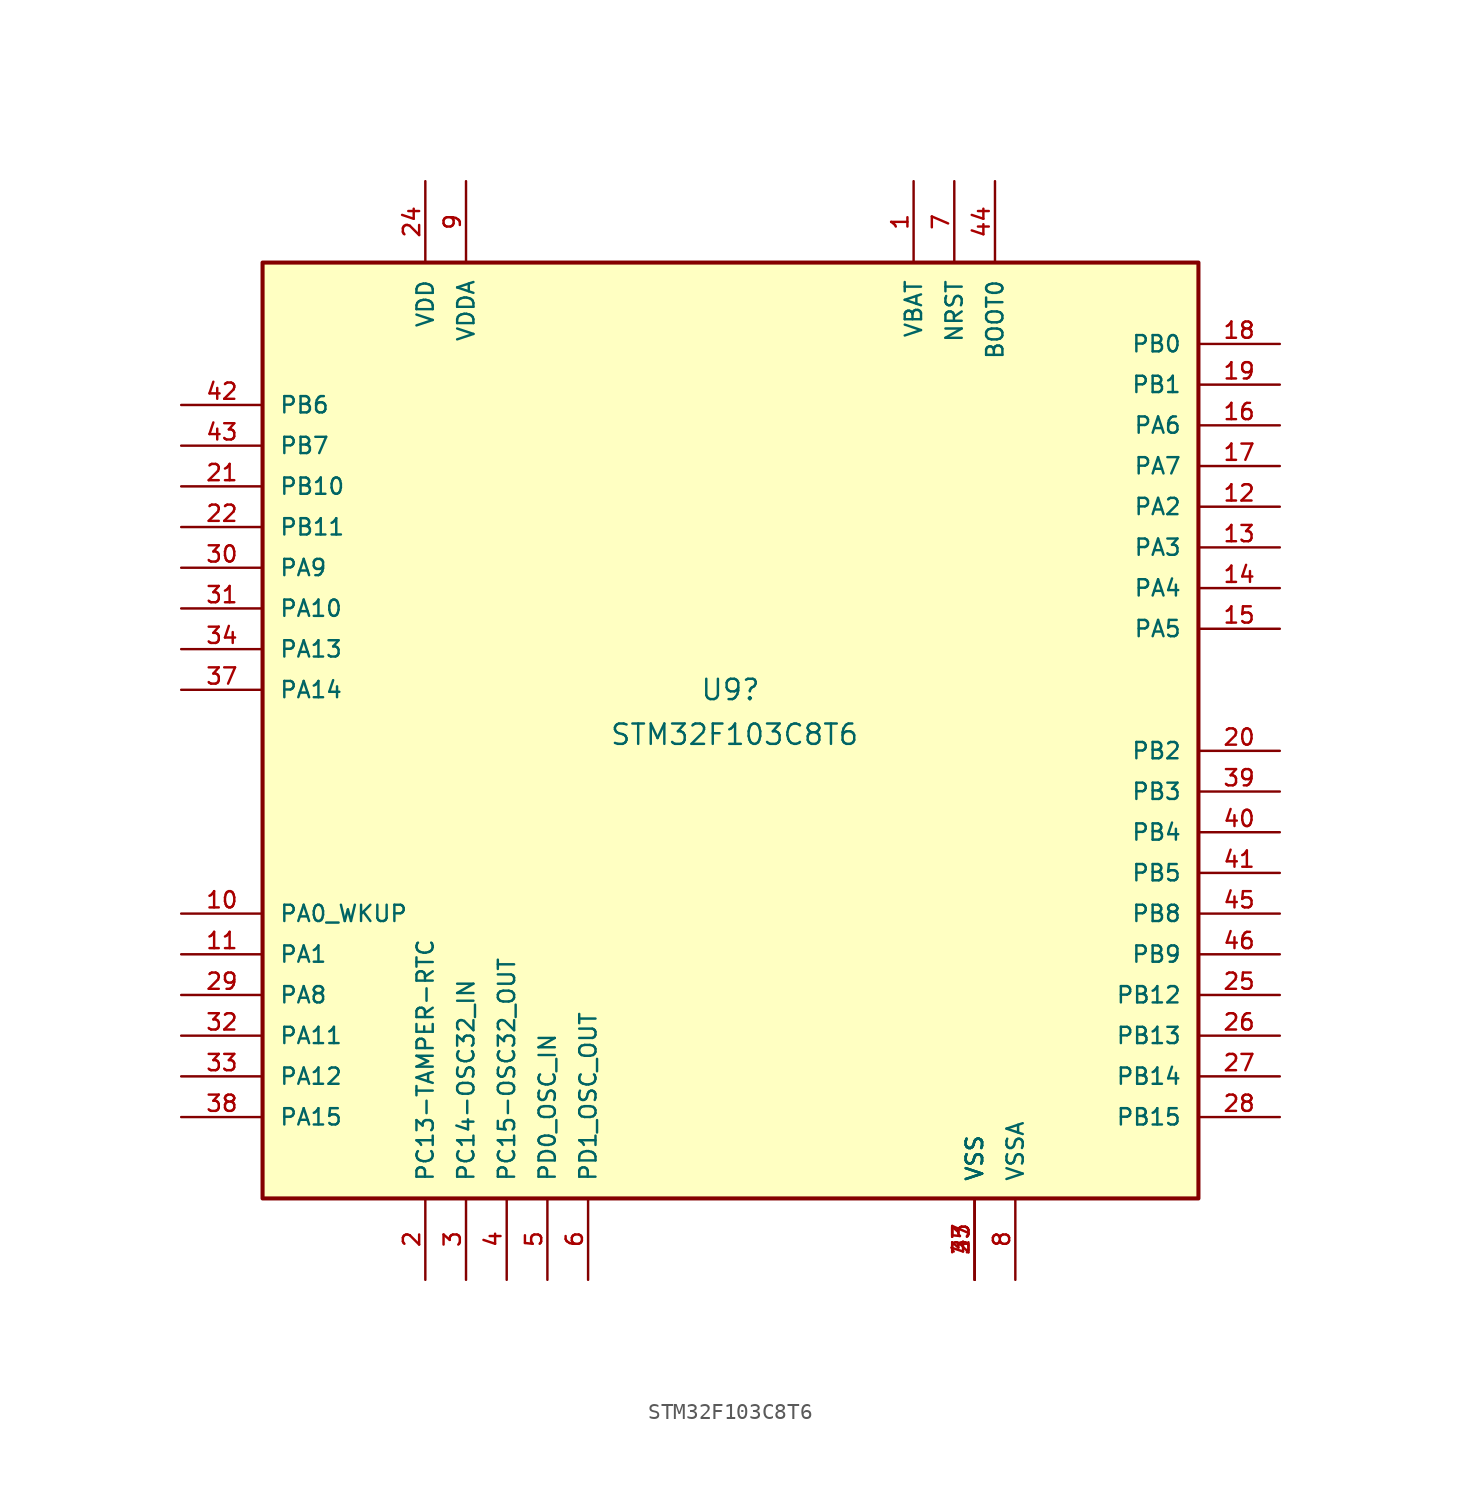
<source format=kicad_sym>
(kicad_symbol_lib
  (version 20241209)
  (generator "kicad_symbol_editor")
  (generator_version "9.0")
  (symbol "STM32F103C8T6"
    (pin_names
      (offset 1.016))
    (property "Reference" "U9"
      (at 0 2.54 0)
      (effects (font (size 1.27 1.27))))
    (property "Value" "STM32F103C8T6"
      (at 0.254 -0.254 0)
      (effects (font (size 1.27 1.27))))
    (property "SNAPEDA_PN" ""
      (at 0 0 0)
      (effects (font (size 1.27 1.27))))
    (symbol "STM32F103C8T6_0_0"
      (rectangle (start -29.21 29.21) (end 29.21 -29.21) (stroke (width 0.254) (type default)) (fill (type background)))
      (pin bidirectional line (at -34.29 20.32 0) (length 5.08) (name "PB6" (effects (font (size 1.016 1.016)))) (number "42" (effects (font (size 1.016 1.016)))))
      (pin bidirectional line (at -34.29 17.78 0) (length 5.08) (name "PB7" (effects (font (size 1.016 1.016)))) (number "43" (effects (font (size 1.016 1.016)))))
      (pin bidirectional line (at -34.29 15.24 0) (length 5.08) (name "PB10" (effects (font (size 1.016 1.016)))) (number "21" (effects (font (size 1.016 1.016)))))
      (pin bidirectional line (at -34.29 12.7 0) (length 5.08) (name "PB11" (effects (font (size 1.016 1.016)))) (number "22" (effects (font (size 1.016 1.016)))))
      (pin bidirectional line (at -34.29 10.16 0) (length 5.08) (name "PA9" (effects (font (size 1.016 1.016)))) (number "30" (effects (font (size 1.016 1.016)))))
      (pin bidirectional line (at -34.29 7.62 0) (length 5.08) (name "PA10" (effects (font (size 1.016 1.016)))) (number "31" (effects (font (size 1.016 1.016)))))
      (pin bidirectional line (at -34.29 5.08 0) (length 5.08) (name "PA13" (effects (font (size 1.016 1.016)))) (number "34" (effects (font (size 1.016 1.016)))))
      (pin bidirectional line (at -34.29 2.54 0) (length 5.08) (name "PA14" (effects (font (size 1.016 1.016)))) (number "37" (effects (font (size 1.016 1.016)))))
      (pin bidirectional line (at -34.29 -11.43 0) (length 5.08) (name "PA0_WKUP" (effects (font (size 1.016 1.016)))) (number "10" (effects (font (size 1.016 1.016)))))
      (pin power_in line (at -19.05 34.29 270) (length 5.08) (name "VDD" (effects (font (size 1.016 1.016)))) (number "24" (effects (font (size 1.016 1.016)))))
      (pin bidirectional line (at -19.05 -34.29 90) (length 5.08) (name "PC13-TAMPER-RTC" (effects (font (size 1.016 1.016)))) (number "2" (effects (font (size 1.016 1.016)))))
      (pin power_in line (at -16.51 34.29 270) (length 5.08) (name "VDDA" (effects (font (size 1.016 1.016)))) (number "9" (effects (font (size 1.016 1.016)))))
      (pin bidirectional line (at -16.51 -34.29 90) (length 5.08) (name "PC14-OSC32_IN" (effects (font (size 1.016 1.016)))) (number "3" (effects (font (size 1.016 1.016)))))
      (pin bidirectional line (at -13.97 -34.29 90) (length 5.08) (name "PC15-OSC32_OUT" (effects (font (size 1.016 1.016)))) (number "4" (effects (font (size 1.016 1.016)))))
      (pin bidirectional line (at -11.43 -34.29 90) (length 5.08) (name "PD0_OSC_IN" (effects (font (size 1.016 1.016)))) (number "5" (effects (font (size 1.016 1.016)))))
      (pin bidirectional line (at -8.89 -34.29 90) (length 5.08) (name "PD1_OSC_OUT" (effects (font (size 1.016 1.016)))) (number "6" (effects (font (size 1.016 1.016)))))
      (pin bidirectional line (at 11.43 34.29 270) (length 5.08) (name "VBAT" (effects (font (size 1.016 1.016)))) (number "1" (effects (font (size 1.016 1.016)))))
      (pin input line (at 13.97 34.29 270) (length 5.08) (name "NRST" (effects (font (size 1.016 1.016)))) (number "7" (effects (font (size 1.016 1.016)))))
      (pin power_in line (at 15.24 -34.29 90) (length 5.08) (name "VSS" (effects (font (size 1.016 1.016)))) (number "23" (effects (font (size 1.016 1.016)))))
      (pin power_in line (at 15.24 -34.29 90) (length 5.08) (name "VSS" (effects (font (size 1.016 1.016)))) (number "35" (effects (font (size 1.016 1.016)))))
      (pin power_in line (at 15.24 -34.29 90) (length 5.08) (name "VSS" (effects (font (size 1.016 1.016)))) (number "47" (effects (font (size 1.016 1.016)))))
      (pin input line (at 16.51 34.29 270) (length 5.08) (name "BOOT0" (effects (font (size 1.016 1.016)))) (number "44" (effects (font (size 1.016 1.016)))))
      (pin power_in line (at 17.78 -34.29 90) (length 5.08) (name "VSSA" (effects (font (size 1.016 1.016)))) (number "8" (effects (font (size 1.016 1.016)))))
      (pin bidirectional line (at 34.29 24.13 180) (length 5.08) (name "PB0" (effects (font (size 1.016 1.016)))) (number "18" (effects (font (size 1.016 1.016)))))
      (pin bidirectional line (at 34.29 21.59 180) (length 5.08) (name "PB1" (effects (font (size 1.016 1.016)))) (number "19" (effects (font (size 1.016 1.016)))))
      (pin bidirectional line (at 34.29 19.05 180) (length 5.08) (name "PA6" (effects (font (size 1.016 1.016)))) (number "16" (effects (font (size 1.016 1.016)))))
      (pin bidirectional line (at 34.29 16.51 180) (length 5.08) (name "PA7" (effects (font (size 1.016 1.016)))) (number "17" (effects (font (size 1.016 1.016)))))
      (pin bidirectional line (at 34.29 13.97 180) (length 5.08) (name "PA2" (effects (font (size 1.016 1.016)))) (number "12" (effects (font (size 1.016 1.016)))))
      (pin bidirectional line (at 34.29 11.43 180) (length 5.08) (name "PA3" (effects (font (size 1.016 1.016)))) (number "13" (effects (font (size 1.016 1.016)))))
      (pin bidirectional line (at 34.29 8.89 180) (length 5.08) (name "PA4" (effects (font (size 1.016 1.016)))) (number "14" (effects (font (size 1.016 1.016)))))
      (pin bidirectional line (at 34.29 6.35 180) (length 5.08) (name "PA5" (effects (font (size 1.016 1.016)))) (number "15" (effects (font (size 1.016 1.016))))))
    (symbol "STM32F103C8T6_1_0"
      (pin bidirectional line (at -34.29 -13.97 0) (length 5.08) (name "PA1" (effects (font (size 1.016 1.016)))) (number "11" (effects (font (size 1.016 1.016)))))
      (pin bidirectional line (at -34.29 -16.51 0) (length 5.08) (name "PA8" (effects (font (size 1.016 1.016)))) (number "29" (effects (font (size 1.016 1.016)))))
      (pin bidirectional line (at -34.29 -19.05 0) (length 5.08) (name "PA11" (effects (font (size 1.016 1.016)))) (number "32" (effects (font (size 1.016 1.016)))))
      (pin bidirectional line (at -34.29 -21.59 0) (length 5.08) (name "PA12" (effects (font (size 1.016 1.016)))) (number "33" (effects (font (size 1.016 1.016)))))
      (pin bidirectional line (at -34.29 -24.13 0) (length 5.08) (name "PA15" (effects (font (size 1.016 1.016)))) (number "38" (effects (font (size 1.016 1.016)))))
      (pin power_in line (at -19.05 34.29 270) (length 5.08) (hide yes) (name "VDD" (effects (font (size 1.016 1.016)))) (number "48" (effects (font (size 1.016 1.016)))))
      (pin bidirectional line (at 34.29 -1.27 180) (length 5.08) (name "PB2" (effects (font (size 1.016 1.016)))) (number "20" (effects (font (size 1.016 1.016)))))
      (pin bidirectional line (at 34.29 -3.81 180) (length 5.08) (name "PB3" (effects (font (size 1.016 1.016)))) (number "39" (effects (font (size 1.016 1.016)))))
      (pin bidirectional line (at 34.29 -6.35 180) (length 5.08) (name "PB4" (effects (font (size 1.016 1.016)))) (number "40" (effects (font (size 1.016 1.016)))))
      (pin bidirectional line (at 34.29 -8.89 180) (length 5.08) (name "PB5" (effects (font (size 1.016 1.016)))) (number "41" (effects (font (size 1.016 1.016)))))
      (pin bidirectional line (at 34.29 -11.43 180) (length 5.08) (name "PB8" (effects (font (size 1.016 1.016)))) (number "45" (effects (font (size 1.016 1.016)))))
      (pin bidirectional line (at 34.29 -13.97 180) (length 5.08) (name "PB9" (effects (font (size 1.016 1.016)))) (number "46" (effects (font (size 1.016 1.016)))))
      (pin bidirectional line (at 34.29 -16.51 180) (length 5.08) (name "PB12" (effects (font (size 1.016 1.016)))) (number "25" (effects (font (size 1.016 1.016)))))
      (pin bidirectional line (at 34.29 -19.05 180) (length 5.08) (name "PB13" (effects (font (size 1.016 1.016)))) (number "26" (effects (font (size 1.016 1.016)))))
      (pin bidirectional line (at 34.29 -21.59 180) (length 5.08) (name "PB14" (effects (font (size 1.016 1.016)))) (number "27" (effects (font (size 1.016 1.016)))))
      (pin bidirectional line (at 34.29 -24.13 180) (length 5.08) (name "PB15" (effects (font (size 1.016 1.016)))) (number "28" (effects (font (size 1.016 1.016))))))
    (symbol "STM32F103C8T6_1_1"
      (pin power_in line (at -19.05 34.29 270) (length 5.08) (hide yes) (name "VDD" (effects (font (size 1.016 1.016)))) (number "36" (effects (font (size 1.016 1.016))))))))
</source>
